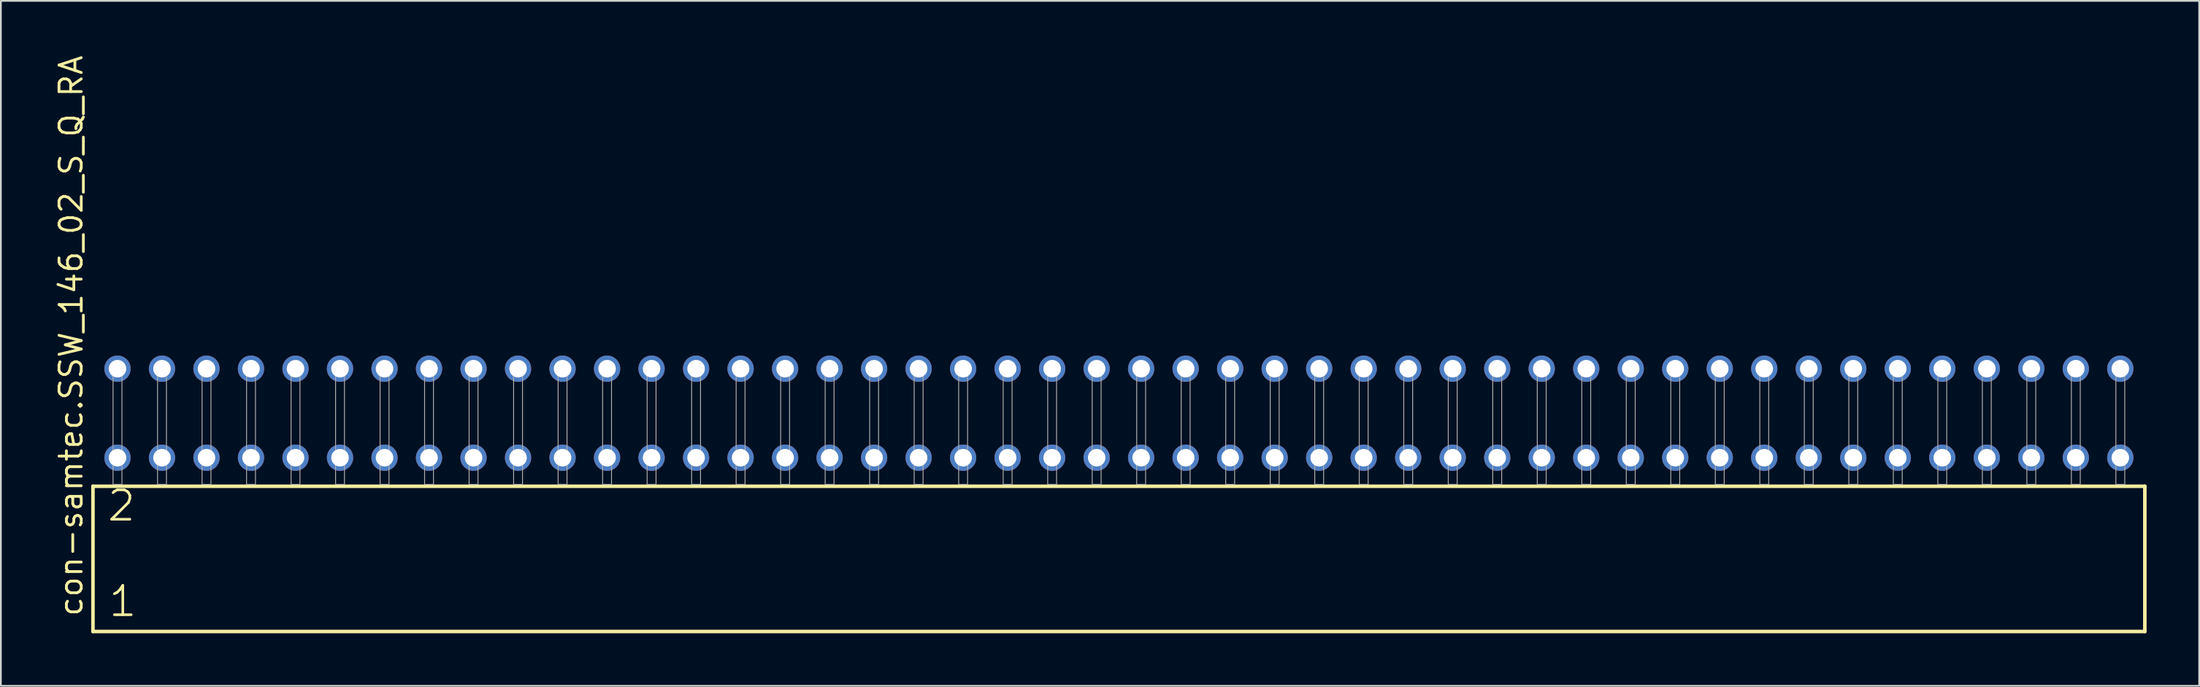
<source format=kicad_pcb>
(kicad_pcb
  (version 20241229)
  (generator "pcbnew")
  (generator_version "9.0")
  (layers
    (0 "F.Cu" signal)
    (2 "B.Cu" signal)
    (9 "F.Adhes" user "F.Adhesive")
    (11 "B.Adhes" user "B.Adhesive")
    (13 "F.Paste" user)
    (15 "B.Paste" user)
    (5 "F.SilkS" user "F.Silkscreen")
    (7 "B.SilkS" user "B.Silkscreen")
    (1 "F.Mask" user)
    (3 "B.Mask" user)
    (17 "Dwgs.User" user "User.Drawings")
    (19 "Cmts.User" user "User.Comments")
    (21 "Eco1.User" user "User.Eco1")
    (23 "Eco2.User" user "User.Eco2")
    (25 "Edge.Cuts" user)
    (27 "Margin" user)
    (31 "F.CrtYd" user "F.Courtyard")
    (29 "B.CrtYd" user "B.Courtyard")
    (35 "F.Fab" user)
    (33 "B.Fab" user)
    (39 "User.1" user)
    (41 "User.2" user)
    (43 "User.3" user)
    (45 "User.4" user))
  (footprint "con-samtec.SSW_146_02_S_Q_RA"
    (layer "F.Cu")
    (at 60.805 24.598)
    (property "Reference" "con-samtec.SSW_146_02_S_Q_RA" (at -59.055 7.62 90) (layer "F.SilkS") (effects (font (size 1.27 1.27) (thickness 0.16)) (justify left bottom)))
    (attr through_hole)
    (fp_line (start -58.549 0.106) (end -58.549 8.396) (stroke (width 0.203) (type default)) (layer "F.SilkS"))
    (fp_line (start -58.549 8.396) (end 58.549 8.396) (stroke (width 0.203) (type default)) (layer "F.SilkS"))
    (fp_line (start 58.549 0.106) (end -58.549 0.106) (stroke (width 0.203) (type default)) (layer "F.SilkS"))
    (fp_line (start 58.549 8.396) (end 58.549 0.106) (stroke (width 0.203) (type default)) (layer "F.SilkS"))
    (fp_rect (start -57.404 0) (end -56.896 -6.858) (stroke (width 0.05) (type default)) (fill no) (layer "F.Fab"))
    (fp_rect (start -54.864 0) (end -54.356 -6.858) (stroke (width 0.05) (type default)) (fill no) (layer "F.Fab"))
    (fp_rect (start -52.324 0) (end -51.816 -6.858) (stroke (width 0.05) (type default)) (fill no) (layer "F.Fab"))
    (fp_rect (start -49.784 0) (end -49.276 -6.858) (stroke (width 0.05) (type default)) (fill no) (layer "F.Fab"))
    (fp_rect (start -47.244 0) (end -46.736 -6.858) (stroke (width 0.05) (type default)) (fill no) (layer "F.Fab"))
    (fp_rect (start -44.704 0) (end -44.196 -6.858) (stroke (width 0.05) (type default)) (fill no) (layer "F.Fab"))
    (fp_rect (start -42.164 0) (end -41.656 -6.858) (stroke (width 0.05) (type default)) (fill no) (layer "F.Fab"))
    (fp_rect (start -39.624 0) (end -39.116 -6.858) (stroke (width 0.05) (type default)) (fill no) (layer "F.Fab"))
    (fp_rect (start -37.084 0) (end -36.576 -6.858) (stroke (width 0.05) (type default)) (fill no) (layer "F.Fab"))
    (fp_rect (start -34.544 0) (end -34.036 -6.858) (stroke (width 0.05) (type default)) (fill no) (layer "F.Fab"))
    (fp_rect (start -32.004 0) (end -31.496 -6.858) (stroke (width 0.05) (type default)) (fill no) (layer "F.Fab"))
    (fp_rect (start -29.464 0) (end -28.956 -6.858) (stroke (width 0.05) (type default)) (fill no) (layer "F.Fab"))
    (fp_rect (start -26.924 0) (end -26.416 -6.858) (stroke (width 0.05) (type default)) (fill no) (layer "F.Fab"))
    (fp_rect (start -24.384 0) (end -23.876 -6.858) (stroke (width 0.05) (type default)) (fill no) (layer "F.Fab"))
    (fp_rect (start -21.844 0) (end -21.336 -6.858) (stroke (width 0.05) (type default)) (fill no) (layer "F.Fab"))
    (fp_rect (start -19.304 0) (end -18.796 -6.858) (stroke (width 0.05) (type default)) (fill no) (layer "F.Fab"))
    (fp_rect (start -16.764 0) (end -16.256 -6.858) (stroke (width 0.05) (type default)) (fill no) (layer "F.Fab"))
    (fp_rect (start -14.224 0) (end -13.716 -6.858) (stroke (width 0.05) (type default)) (fill no) (layer "F.Fab"))
    (fp_rect (start -11.684 0) (end -11.176 -6.858) (stroke (width 0.05) (type default)) (fill no) (layer "F.Fab"))
    (fp_rect (start -9.144 0) (end -8.636 -6.858) (stroke (width 0.05) (type default)) (fill no) (layer "F.Fab"))
    (fp_rect (start -6.604 0) (end -6.096 -6.858) (stroke (width 0.05) (type default)) (fill no) (layer "F.Fab"))
    (fp_rect (start -4.064 0) (end -3.556 -6.858) (stroke (width 0.05) (type default)) (fill no) (layer "F.Fab"))
    (fp_rect (start -1.524 0) (end -1.016 -6.858) (stroke (width 0.05) (type default)) (fill no) (layer "F.Fab"))
    (fp_rect (start 1.016 0) (end 1.524 -6.858) (stroke (width 0.05) (type default)) (fill no) (layer "F.Fab"))
    (fp_rect (start 3.556 0) (end 4.064 -6.858) (stroke (width 0.05) (type default)) (fill no) (layer "F.Fab"))
    (fp_rect (start 6.096 0) (end 6.604 -6.858) (stroke (width 0.05) (type default)) (fill no) (layer "F.Fab"))
    (fp_rect (start 8.636 0) (end 9.144 -6.858) (stroke (width 0.05) (type default)) (fill no) (layer "F.Fab"))
    (fp_rect (start 11.176 0) (end 11.684 -6.858) (stroke (width 0.05) (type default)) (fill no) (layer "F.Fab"))
    (fp_rect (start 13.716 0) (end 14.224 -6.858) (stroke (width 0.05) (type default)) (fill no) (layer "F.Fab"))
    (fp_rect (start 16.256 0) (end 16.764 -6.858) (stroke (width 0.05) (type default)) (fill no) (layer "F.Fab"))
    (fp_rect (start 18.796 0) (end 19.304 -6.858) (stroke (width 0.05) (type default)) (fill no) (layer "F.Fab"))
    (fp_rect (start 21.336 0) (end 21.844 -6.858) (stroke (width 0.05) (type default)) (fill no) (layer "F.Fab"))
    (fp_rect (start 23.876 0) (end 24.384 -6.858) (stroke (width 0.05) (type default)) (fill no) (layer "F.Fab"))
    (fp_rect (start 26.416 0) (end 26.924 -6.858) (stroke (width 0.05) (type default)) (fill no) (layer "F.Fab"))
    (fp_rect (start 28.956 0) (end 29.464 -6.858) (stroke (width 0.05) (type default)) (fill no) (layer "F.Fab"))
    (fp_rect (start 31.496 0) (end 32.004 -6.858) (stroke (width 0.05) (type default)) (fill no) (layer "F.Fab"))
    (fp_rect (start 34.036 0) (end 34.544 -6.858) (stroke (width 0.05) (type default)) (fill no) (layer "F.Fab"))
    (fp_rect (start 36.576 0) (end 37.084 -6.858) (stroke (width 0.05) (type default)) (fill no) (layer "F.Fab"))
    (fp_rect (start 39.116 0) (end 39.624 -6.858) (stroke (width 0.05) (type default)) (fill no) (layer "F.Fab"))
    (fp_rect (start 41.656 0) (end 42.164 -6.858) (stroke (width 0.05) (type default)) (fill no) (layer "F.Fab"))
    (fp_rect (start 44.196 0) (end 44.704 -6.858) (stroke (width 0.05) (type default)) (fill no) (layer "F.Fab"))
    (fp_rect (start 46.736 0) (end 47.244 -6.858) (stroke (width 0.05) (type default)) (fill no) (layer "F.Fab"))
    (fp_rect (start 49.276 0) (end 49.784 -6.858) (stroke (width 0.05) (type default)) (fill no) (layer "F.Fab"))
    (fp_rect (start 51.816 0) (end 52.324 -6.858) (stroke (width 0.05) (type default)) (fill no) (layer "F.Fab"))
    (fp_rect (start 54.356 0) (end 54.864 -6.858) (stroke (width 0.05) (type default)) (fill no) (layer "F.Fab"))
    (fp_rect (start 56.896 0) (end 57.404 -6.858) (stroke (width 0.05) (type default)) (fill no) (layer "F.Fab"))
    (fp_text user "2" (at -57.82 2.2 0) (layer "F.SilkS") (effects (font (size 1.676 1.676) (thickness 0.15)) (justify left bottom)))
    (fp_text user "1" (at -57.745 7.65 0) (layer "F.SilkS") (effects (font (size 1.676 1.676) (thickness 0.15)) (justify left bottom)))
    (pad "1" thru_hole circle (at -57.15 -1.524) (size 1.5 1.5) (drill 1) (layers "*.Cu" "*.Mask"))
    (pad "2" thru_hole circle (at -57.15 -6.604) (size 1.5 1.5) (drill 1) (layers "*.Cu" "*.Mask"))
    (pad "3" thru_hole circle (at -54.61 -1.524) (size 1.5 1.5) (drill 1) (layers "*.Cu" "*.Mask"))
    (pad "4" thru_hole circle (at -54.61 -6.604) (size 1.5 1.5) (drill 1) (layers "*.Cu" "*.Mask"))
    (pad "5" thru_hole circle (at -52.07 -1.524) (size 1.5 1.5) (drill 1) (layers "*.Cu" "*.Mask"))
    (pad "6" thru_hole circle (at -52.07 -6.604) (size 1.5 1.5) (drill 1) (layers "*.Cu" "*.Mask"))
    (pad "7" thru_hole circle (at -49.53 -1.524) (size 1.5 1.5) (drill 1) (layers "*.Cu" "*.Mask"))
    (pad "8" thru_hole circle (at -49.53 -6.604) (size 1.5 1.5) (drill 1) (layers "*.Cu" "*.Mask"))
    (pad "9" thru_hole circle (at -46.99 -1.524) (size 1.5 1.5) (drill 1) (layers "*.Cu" "*.Mask"))
    (pad "10" thru_hole circle (at -46.99 -6.604) (size 1.5 1.5) (drill 1) (layers "*.Cu" "*.Mask"))
    (pad "11" thru_hole circle (at -44.45 -1.524) (size 1.5 1.5) (drill 1) (layers "*.Cu" "*.Mask"))
    (pad "12" thru_hole circle (at -44.45 -6.604) (size 1.5 1.5) (drill 1) (layers "*.Cu" "*.Mask"))
    (pad "13" thru_hole circle (at -41.91 -1.524) (size 1.5 1.5) (drill 1) (layers "*.Cu" "*.Mask"))
    (pad "14" thru_hole circle (at -41.91 -6.604) (size 1.5 1.5) (drill 1) (layers "*.Cu" "*.Mask"))
    (pad "15" thru_hole circle (at -39.37 -1.524) (size 1.5 1.5) (drill 1) (layers "*.Cu" "*.Mask"))
    (pad "16" thru_hole circle (at -39.37 -6.604) (size 1.5 1.5) (drill 1) (layers "*.Cu" "*.Mask"))
    (pad "17" thru_hole circle (at -36.83 -1.524) (size 1.5 1.5) (drill 1) (layers "*.Cu" "*.Mask"))
    (pad "18" thru_hole circle (at -36.83 -6.604) (size 1.5 1.5) (drill 1) (layers "*.Cu" "*.Mask"))
    (pad "19" thru_hole circle (at -34.29 -1.524) (size 1.5 1.5) (drill 1) (layers "*.Cu" "*.Mask"))
    (pad "20" thru_hole circle (at -34.29 -6.604) (size 1.5 1.5) (drill 1) (layers "*.Cu" "*.Mask"))
    (pad "21" thru_hole circle (at -31.75 -1.524) (size 1.5 1.5) (drill 1) (layers "*.Cu" "*.Mask"))
    (pad "22" thru_hole circle (at -31.75 -6.604) (size 1.5 1.5) (drill 1) (layers "*.Cu" "*.Mask"))
    (pad "23" thru_hole circle (at -29.21 -1.524) (size 1.5 1.5) (drill 1) (layers "*.Cu" "*.Mask"))
    (pad "24" thru_hole circle (at -29.21 -6.604) (size 1.5 1.5) (drill 1) (layers "*.Cu" "*.Mask"))
    (pad "25" thru_hole circle (at -26.67 -1.524) (size 1.5 1.5) (drill 1) (layers "*.Cu" "*.Mask"))
    (pad "26" thru_hole circle (at -26.67 -6.604) (size 1.5 1.5) (drill 1) (layers "*.Cu" "*.Mask"))
    (pad "27" thru_hole circle (at -24.13 -1.524) (size 1.5 1.5) (drill 1) (layers "*.Cu" "*.Mask"))
    (pad "28" thru_hole circle (at -24.13 -6.604) (size 1.5 1.5) (drill 1) (layers "*.Cu" "*.Mask"))
    (pad "29" thru_hole circle (at -21.59 -1.524) (size 1.5 1.5) (drill 1) (layers "*.Cu" "*.Mask"))
    (pad "30" thru_hole circle (at -21.59 -6.604) (size 1.5 1.5) (drill 1) (layers "*.Cu" "*.Mask"))
    (pad "31" thru_hole circle (at -19.05 -1.524) (size 1.5 1.5) (drill 1) (layers "*.Cu" "*.Mask"))
    (pad "32" thru_hole circle (at -19.05 -6.604) (size 1.5 1.5) (drill 1) (layers "*.Cu" "*.Mask"))
    (pad "33" thru_hole circle (at -16.51 -1.524) (size 1.5 1.5) (drill 1) (layers "*.Cu" "*.Mask"))
    (pad "34" thru_hole circle (at -16.51 -6.604) (size 1.5 1.5) (drill 1) (layers "*.Cu" "*.Mask"))
    (pad "35" thru_hole circle (at -13.97 -1.524) (size 1.5 1.5) (drill 1) (layers "*.Cu" "*.Mask"))
    (pad "36" thru_hole circle (at -13.97 -6.604) (size 1.5 1.5) (drill 1) (layers "*.Cu" "*.Mask"))
    (pad "37" thru_hole circle (at -11.43 -1.524) (size 1.5 1.5) (drill 1) (layers "*.Cu" "*.Mask"))
    (pad "38" thru_hole circle (at -11.43 -6.604) (size 1.5 1.5) (drill 1) (layers "*.Cu" "*.Mask"))
    (pad "39" thru_hole circle (at -8.89 -1.524) (size 1.5 1.5) (drill 1) (layers "*.Cu" "*.Mask"))
    (pad "40" thru_hole circle (at -8.89 -6.604) (size 1.5 1.5) (drill 1) (layers "*.Cu" "*.Mask"))
    (pad "41" thru_hole circle (at -6.35 -1.524) (size 1.5 1.5) (drill 1) (layers "*.Cu" "*.Mask"))
    (pad "42" thru_hole circle (at -6.35 -6.604) (size 1.5 1.5) (drill 1) (layers "*.Cu" "*.Mask"))
    (pad "43" thru_hole circle (at -3.81 -1.524) (size 1.5 1.5) (drill 1) (layers "*.Cu" "*.Mask"))
    (pad "44" thru_hole circle (at -3.81 -6.604) (size 1.5 1.5) (drill 1) (layers "*.Cu" "*.Mask"))
    (pad "45" thru_hole circle (at -1.27 -1.524) (size 1.5 1.5) (drill 1) (layers "*.Cu" "*.Mask"))
    (pad "46" thru_hole circle (at -1.27 -6.604) (size 1.5 1.5) (drill 1) (layers "*.Cu" "*.Mask"))
    (pad "47" thru_hole circle (at 1.27 -1.524) (size 1.5 1.5) (drill 1) (layers "*.Cu" "*.Mask"))
    (pad "48" thru_hole circle (at 1.27 -6.604) (size 1.5 1.5) (drill 1) (layers "*.Cu" "*.Mask"))
    (pad "49" thru_hole circle (at 3.81 -1.524) (size 1.5 1.5) (drill 1) (layers "*.Cu" "*.Mask"))
    (pad "50" thru_hole circle (at 3.81 -6.604) (size 1.5 1.5) (drill 1) (layers "*.Cu" "*.Mask"))
    (pad "51" thru_hole circle (at 6.35 -1.524) (size 1.5 1.5) (drill 1) (layers "*.Cu" "*.Mask"))
    (pad "52" thru_hole circle (at 6.35 -6.604) (size 1.5 1.5) (drill 1) (layers "*.Cu" "*.Mask"))
    (pad "53" thru_hole circle (at 8.89 -1.524) (size 1.5 1.5) (drill 1) (layers "*.Cu" "*.Mask"))
    (pad "54" thru_hole circle (at 8.89 -6.604) (size 1.5 1.5) (drill 1) (layers "*.Cu" "*.Mask"))
    (pad "55" thru_hole circle (at 11.43 -1.524) (size 1.5 1.5) (drill 1) (layers "*.Cu" "*.Mask"))
    (pad "56" thru_hole circle (at 11.43 -6.604) (size 1.5 1.5) (drill 1) (layers "*.Cu" "*.Mask"))
    (pad "57" thru_hole circle (at 13.97 -1.524) (size 1.5 1.5) (drill 1) (layers "*.Cu" "*.Mask"))
    (pad "58" thru_hole circle (at 13.97 -6.604) (size 1.5 1.5) (drill 1) (layers "*.Cu" "*.Mask"))
    (pad "59" thru_hole circle (at 16.51 -1.524) (size 1.5 1.5) (drill 1) (layers "*.Cu" "*.Mask"))
    (pad "60" thru_hole circle (at 16.51 -6.604) (size 1.5 1.5) (drill 1) (layers "*.Cu" "*.Mask"))
    (pad "61" thru_hole circle (at 19.05 -1.524) (size 1.5 1.5) (drill 1) (layers "*.Cu" "*.Mask"))
    (pad "62" thru_hole circle (at 19.05 -6.604) (size 1.5 1.5) (drill 1) (layers "*.Cu" "*.Mask"))
    (pad "63" thru_hole circle (at 21.59 -1.524) (size 1.5 1.5) (drill 1) (layers "*.Cu" "*.Mask"))
    (pad "64" thru_hole circle (at 21.59 -6.604) (size 1.5 1.5) (drill 1) (layers "*.Cu" "*.Mask"))
    (pad "65" thru_hole circle (at 24.13 -1.524) (size 1.5 1.5) (drill 1) (layers "*.Cu" "*.Mask"))
    (pad "66" thru_hole circle (at 24.13 -6.604) (size 1.5 1.5) (drill 1) (layers "*.Cu" "*.Mask"))
    (pad "67" thru_hole circle (at 26.67 -1.524) (size 1.5 1.5) (drill 1) (layers "*.Cu" "*.Mask"))
    (pad "68" thru_hole circle (at 26.67 -6.604) (size 1.5 1.5) (drill 1) (layers "*.Cu" "*.Mask"))
    (pad "69" thru_hole circle (at 29.21 -1.524) (size 1.5 1.5) (drill 1) (layers "*.Cu" "*.Mask"))
    (pad "70" thru_hole circle (at 29.21 -6.604) (size 1.5 1.5) (drill 1) (layers "*.Cu" "*.Mask"))
    (pad "71" thru_hole circle (at 31.75 -1.524) (size 1.5 1.5) (drill 1) (layers "*.Cu" "*.Mask"))
    (pad "72" thru_hole circle (at 31.75 -6.604) (size 1.5 1.5) (drill 1) (layers "*.Cu" "*.Mask"))
    (pad "73" thru_hole circle (at 34.29 -1.524) (size 1.5 1.5) (drill 1) (layers "*.Cu" "*.Mask"))
    (pad "74" thru_hole circle (at 34.29 -6.604) (size 1.5 1.5) (drill 1) (layers "*.Cu" "*.Mask"))
    (pad "75" thru_hole circle (at 36.83 -1.524) (size 1.5 1.5) (drill 1) (layers "*.Cu" "*.Mask"))
    (pad "76" thru_hole circle (at 36.83 -6.604) (size 1.5 1.5) (drill 1) (layers "*.Cu" "*.Mask"))
    (pad "77" thru_hole circle (at 39.37 -1.524) (size 1.5 1.5) (drill 1) (layers "*.Cu" "*.Mask"))
    (pad "78" thru_hole circle (at 39.37 -6.604) (size 1.5 1.5) (drill 1) (layers "*.Cu" "*.Mask"))
    (pad "79" thru_hole circle (at 41.91 -1.524) (size 1.5 1.5) (drill 1) (layers "*.Cu" "*.Mask"))
    (pad "80" thru_hole circle (at 41.91 -6.604) (size 1.5 1.5) (drill 1) (layers "*.Cu" "*.Mask"))
    (pad "81" thru_hole circle (at 44.45 -1.524) (size 1.5 1.5) (drill 1) (layers "*.Cu" "*.Mask"))
    (pad "82" thru_hole circle (at 44.45 -6.604) (size 1.5 1.5) (drill 1) (layers "*.Cu" "*.Mask"))
    (pad "83" thru_hole circle (at 46.99 -1.524) (size 1.5 1.5) (drill 1) (layers "*.Cu" "*.Mask"))
    (pad "84" thru_hole circle (at 46.99 -6.604) (size 1.5 1.5) (drill 1) (layers "*.Cu" "*.Mask"))
    (pad "85" thru_hole circle (at 49.53 -1.524) (size 1.5 1.5) (drill 1) (layers "*.Cu" "*.Mask"))
    (pad "86" thru_hole circle (at 49.53 -6.604) (size 1.5 1.5) (drill 1) (layers "*.Cu" "*.Mask"))
    (pad "87" thru_hole circle (at 52.07 -1.524) (size 1.5 1.5) (drill 1) (layers "*.Cu" "*.Mask"))
    (pad "88" thru_hole circle (at 52.07 -6.604) (size 1.5 1.5) (drill 1) (layers "*.Cu" "*.Mask"))
    (pad "89" thru_hole circle (at 54.61 -1.524) (size 1.5 1.5) (drill 1) (layers "*.Cu" "*.Mask"))
    (pad "90" thru_hole circle (at 54.61 -6.604) (size 1.5 1.5) (drill 1) (layers "*.Cu" "*.Mask"))
    (pad "91" thru_hole circle (at 57.15 -1.524) (size 1.5 1.5) (drill 1) (layers "*.Cu" "*.Mask"))
    (pad "92" thru_hole circle (at 57.15 -6.604) (size 1.5 1.5) (drill 1) (layers "*.Cu" "*.Mask")))
  (gr_rect
    (start -3 -3)
    (end 122.456 36.096)
    (stroke (width 0.1) (type default))
    (fill no)
    (layer "Edge.Cuts")))
</source>
